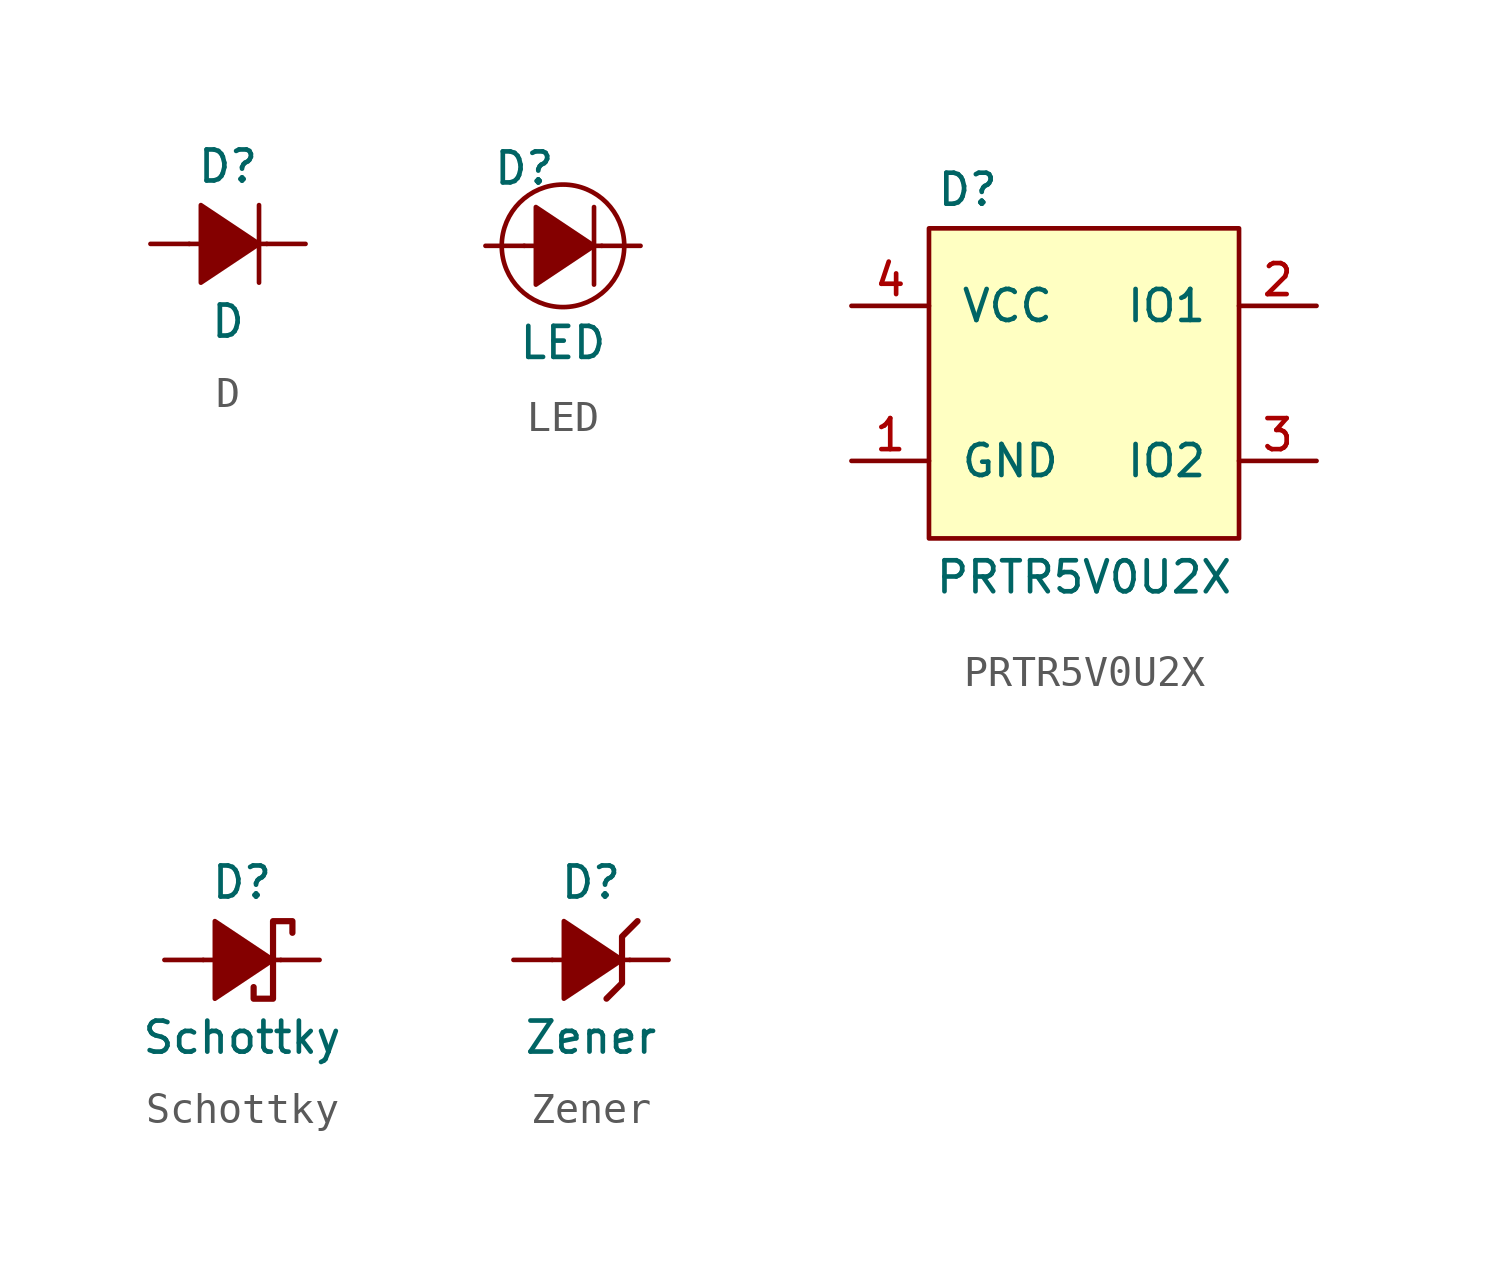
<source format=kicad_sym>
(kicad_symbol_lib
  (version 20211014)
  (generator kicad_symbol_editor)
  (symbol "D"
    (pin_numbers hide)
    (pin_names
      (offset 0) hide)
    (property "Reference" "D"
      (at 0 2.54 0)
      (effects (font (size 1.016 1.016))))
    (property "Value" "D"
      (at 0 -2.54 0)
      (effects (font (size 1.016 1.016))))
    (symbol "D_0_1"
      (polyline (pts (xy -1.27 0) (xy 1.27 0)) (stroke (width 0) (type default) (color 0 0 0 0)) (fill (type none)))
      (polyline (pts (xy 1.016 1.27) (xy 1.016 -1.27)) (stroke (width 0.152) (type default) (color 0 0 0 0)) (fill (type none))))
    (symbol "D_1_1"
      (polyline (pts (xy -0.889 1.27) (xy 1.016 0) (xy -0.889 -1.27) (xy -0.889 1.27)) (stroke (width 0) (type default) (color 0 0 0 0)) (fill (type outline)))
      (pin passive line (at -2.54 0 0) (length 1.27) (name "A" (effects (font (size 1.016 1.016)))) (number "A" (effects (font (size 1.016 1.016)))))
      (pin passive line (at 2.54 0 180) (length 1.27) (name "K" (effects (font (size 1.016 1.016)))) (number "K" (effects (font (size 1.016 1.016)))))))
  (symbol "LED"
    (pin_numbers hide)
    (pin_names
      (offset 0) hide)
    (property "Reference" "D"
      (at -1.27 2.54 0)
      (effects (font (size 1.016 1.016))))
    (property "Value" "LED"
      (at 0 -3.175 0)
      (effects (font (size 1.016 1.016))))
    (symbol "LED_0_1"
      (rectangle (start -1.27 0) (end 1.27 0) (stroke (width 0) (type default) (color 0 0 0 0)) (fill (type none)))
      (polyline (pts (xy 1.016 1.27) (xy 1.016 -1.27)) (stroke (width 0.152) (type default) (color 0 0 0 0)) (fill (type none)))
      (circle (center 0 0) (radius 2.007) (stroke (width 0) (type default) (color 0 0 0 0)) (fill (type none))))
    (symbol "LED_1_1"
      (polyline (pts (xy -0.889 1.27) (xy 1.016 0) (xy -0.889 -1.27) (xy -0.889 1.27)) (stroke (width 0) (type default) (color 0 0 0 0)) (fill (type outline)))
      (pin passive line (at -2.54 0 0) (length 1.27) (name "A" (effects (font (size 1.016 1.016)))) (number "A" (effects (font (size 1.016 1.016)))))
      (pin passive line (at 2.54 0 180) (length 1.27) (name "K" (effects (font (size 1.016 1.016)))) (number "K" (effects (font (size 1.016 1.016)))))))
  (symbol "PRTR5V0U2X"
    (pin_names
      (offset 1.016))
    (property "Reference" "D"
      (at -3.81 6.35 0)
      (effects (font (size 1.016 1.016))))
    (property "Value" "PRTR5V0U2X"
      (at 0 -6.35 0)
      (effects (font (size 1.016 1.016))))
    (symbol "PRTR5V0U2X_0_1"
      (rectangle (start -5.08 5.08) (end 5.08 -5.08) (stroke (width 0) (type default) (color 0 0 0 0)) (fill (type background))))
    (symbol "PRTR5V0U2X_1_1"
      (pin passive line (at -7.62 -2.54 0) (length 2.54) (name "GND" (effects (font (size 1.016 1.016)))) (number "1" (effects (font (size 1.016 1.016)))))
      (pin passive line (at 7.62 2.54 180) (length 2.54) (name "IO1" (effects (font (size 1.016 1.016)))) (number "2" (effects (font (size 1.016 1.016)))))
      (pin passive line (at 7.62 -2.54 180) (length 2.54) (name "IO2" (effects (font (size 1.016 1.016)))) (number "3" (effects (font (size 1.016 1.016)))))
      (pin passive line (at -7.62 2.54 0) (length 2.54) (name "VCC" (effects (font (size 1.016 1.016)))) (number "4" (effects (font (size 1.016 1.016)))))))
  (symbol "Schottky"
    (pin_numbers hide)
    (pin_names
      (offset 0) hide)
    (property "Reference" "D"
      (at 0 2.54 0)
      (effects (font (size 1.016 1.016))))
    (property "Value" "Schottky"
      (at 0 -2.54 0)
      (effects (font (size 1.016 1.016))))
    (symbol "Schottky_0_1"
      (polyline (pts (xy -1.27 0) (xy 1.27 0)) (stroke (width 0) (type default) (color 0 0 0 0)) (fill (type none)))
      (polyline (pts (xy -0.889 1.27) (xy 1.016 0) (xy -0.889 -1.27) (xy -0.889 1.27)) (stroke (width 0) (type default) (color 0 0 0 0)) (fill (type outline)))
      (polyline (pts (xy 1.651 0.889) (xy 1.651 1.27) (xy 1.016 1.27) (xy 1.016 -1.27) (xy 0.381 -1.27) (xy 0.381 -0.889)) (stroke (width 0.203) (type default) (color 0 0 0 0)) (fill (type none))))
    (symbol "Schottky_1_1"
      (pin passive line (at -2.54 0 0) (length 1.27) (name "A" (effects (font (size 1.016 1.016)))) (number "A" (effects (font (size 1.016 1.016)))))
      (pin passive line (at 2.54 0 180) (length 1.27) (name "K" (effects (font (size 1.016 1.016)))) (number "K" (effects (font (size 1.016 1.016)))))))
  (symbol "Zener"
    (pin_numbers hide)
    (pin_names
      (offset 0) hide)
    (property "Reference" "D"
      (at 0 2.54 0)
      (effects (font (size 1.016 1.016))))
    (property "Value" "Zener"
      (at 0 -2.54 0)
      (effects (font (size 1.016 1.016))))
    (symbol "Zener_0_1"
      (polyline (pts (xy -1.27 0) (xy 1.27 0)) (stroke (width 0) (type default) (color 0 0 0 0)) (fill (type none)))
      (polyline (pts (xy 1.524 1.27) (xy 1.016 0.762) (xy 1.016 -0.762) (xy 0.508 -1.27) (xy 0.508 -1.27)) (stroke (width 0.203) (type default) (color 0 0 0 0)) (fill (type none))))
    (symbol "Zener_1_1"
      (polyline (pts (xy -0.889 1.27) (xy 1.016 0) (xy -0.889 -1.27) (xy -0.889 1.27)) (stroke (width 0) (type default) (color 0 0 0 0)) (fill (type outline)))
      (pin passive line (at -2.54 0 0) (length 1.27) (name "A" (effects (font (size 1.016 1.016)))) (number "A" (effects (font (size 1.016 1.016)))))
      (pin passive line (at 2.54 0 180) (length 1.27) (name "K" (effects (font (size 1.016 1.016)))) (number "K" (effects (font (size 1.016 1.016))))))))
</source>
